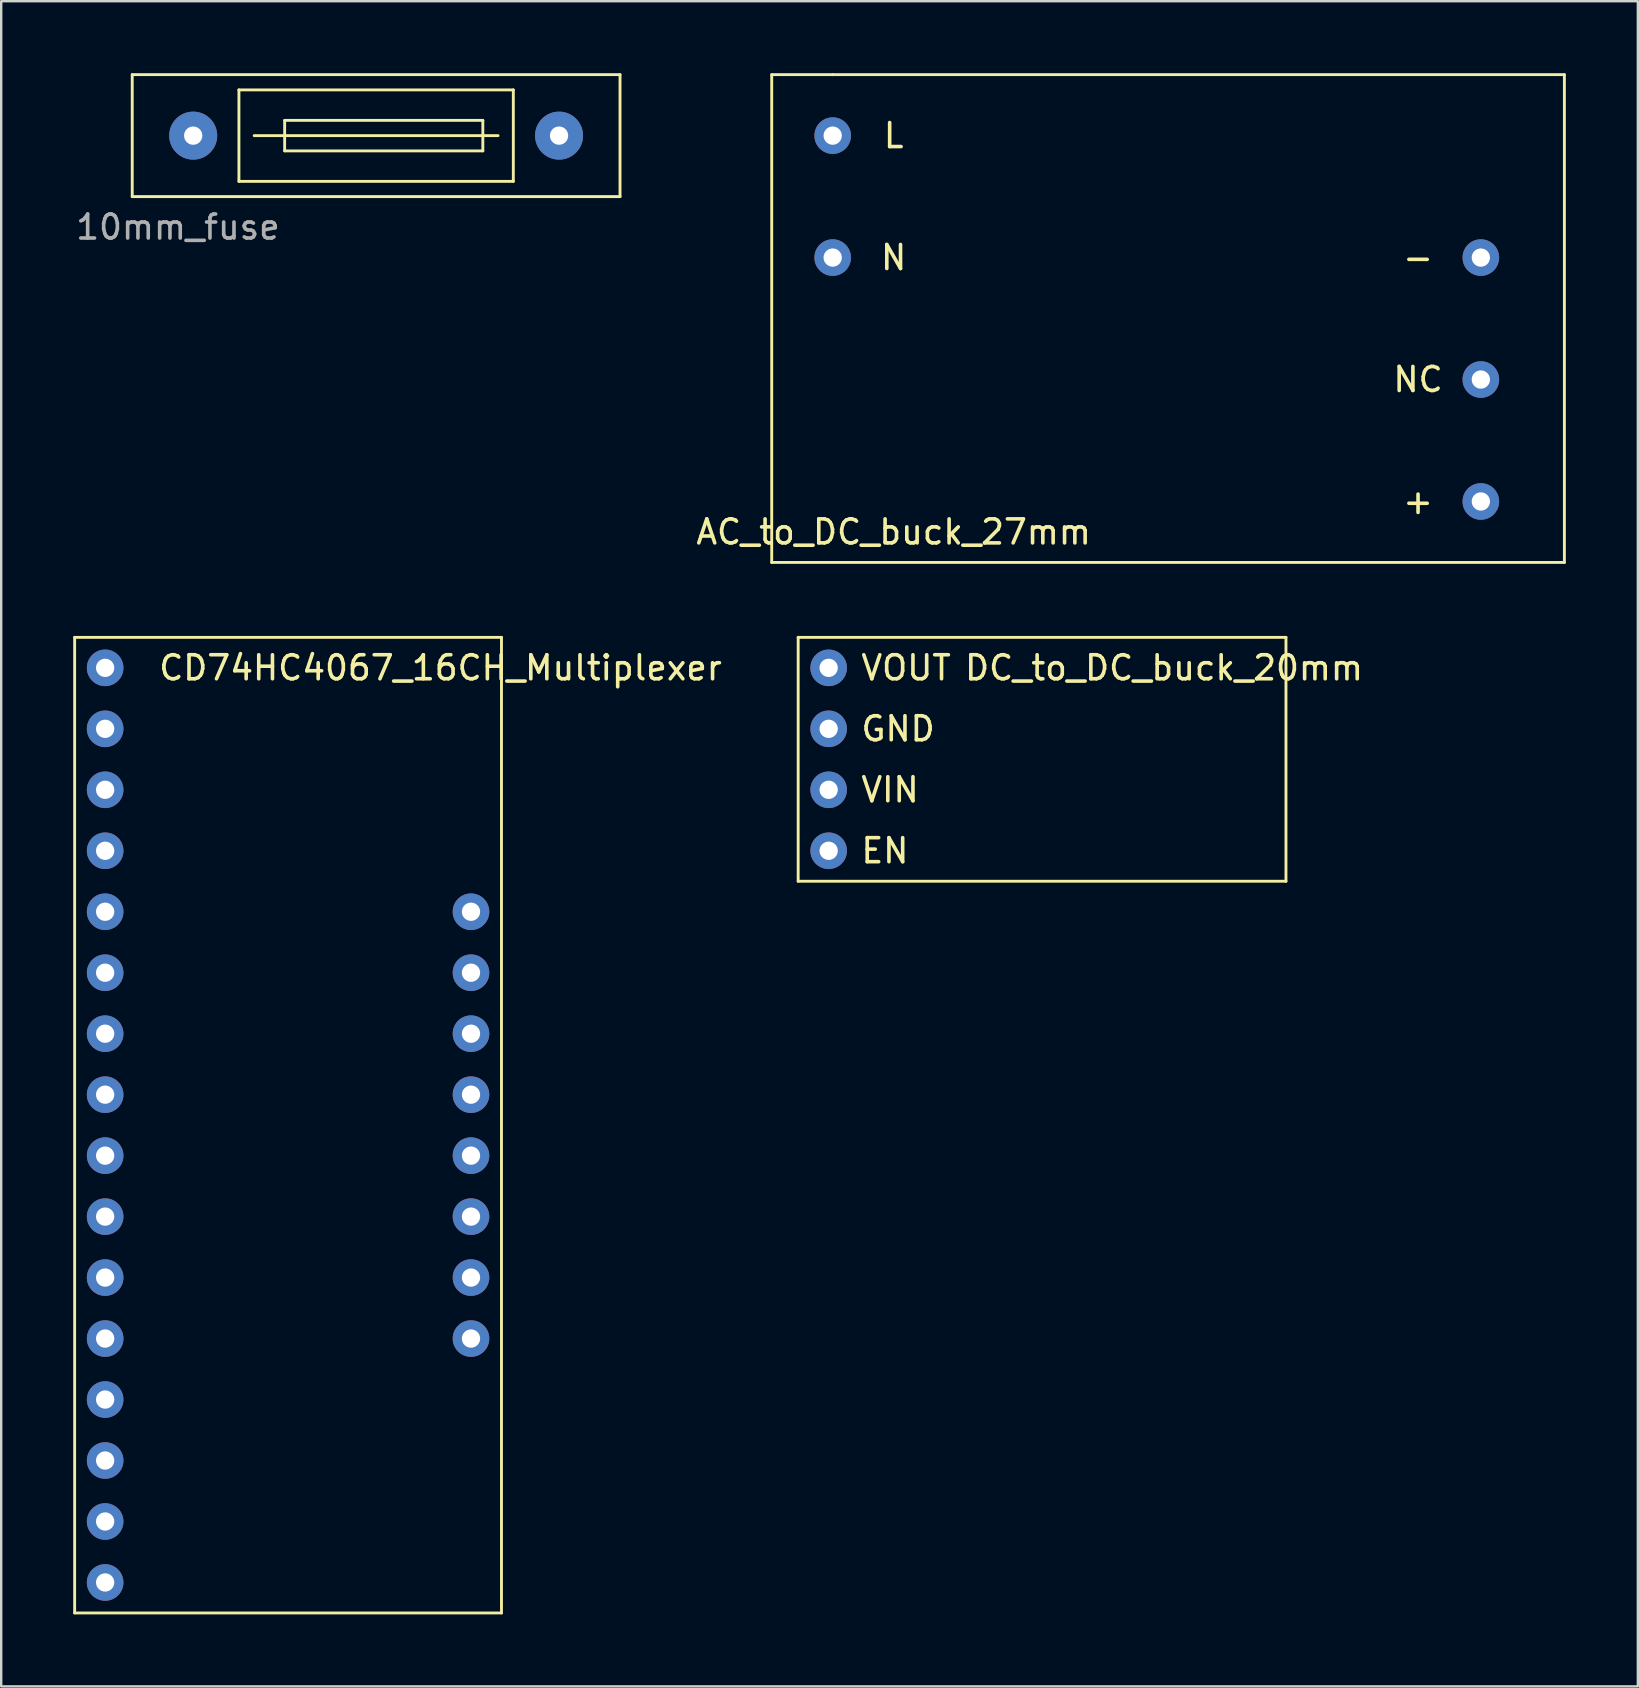
<source format=kicad_pcb>
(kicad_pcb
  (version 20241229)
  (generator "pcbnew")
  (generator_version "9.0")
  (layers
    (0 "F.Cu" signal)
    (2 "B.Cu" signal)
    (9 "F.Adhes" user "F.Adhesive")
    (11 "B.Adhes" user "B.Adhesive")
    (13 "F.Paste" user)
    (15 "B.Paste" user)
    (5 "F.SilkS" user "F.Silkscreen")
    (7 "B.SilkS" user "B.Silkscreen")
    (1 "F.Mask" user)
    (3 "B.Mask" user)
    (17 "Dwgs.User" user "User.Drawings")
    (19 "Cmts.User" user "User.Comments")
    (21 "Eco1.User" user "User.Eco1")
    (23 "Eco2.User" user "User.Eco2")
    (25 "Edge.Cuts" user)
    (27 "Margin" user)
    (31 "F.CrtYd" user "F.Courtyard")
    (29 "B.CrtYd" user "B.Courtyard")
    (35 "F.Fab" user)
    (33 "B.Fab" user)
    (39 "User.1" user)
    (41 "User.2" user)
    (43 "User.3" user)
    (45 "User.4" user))
  (footprint "10mm_fuse"
    (layer "F.Cu")
    (at 4.998 2.6)
    (property "Reference" "10mm_fuse" (at -0.635 3.81 0) (layer "F.Fab") (effects (font (size 1 1) (thickness 0.15))))
    (attr through_hole)
    (fp_line (start -2.54 -2.54) (end -2.54 2.54) (stroke (width 0.12) (type solid)) (layer "F.SilkS"))
    (fp_line (start -2.54 2.54) (end 17.78 2.54) (stroke (width 0.12) (type solid)) (layer "F.SilkS"))
    (fp_line (start 1.905 -1.905) (end 13.335 -1.905) (stroke (width 0.12) (type solid)) (layer "F.SilkS"))
    (fp_line (start 1.905 1.905) (end 1.905 -1.905) (stroke (width 0.12) (type solid)) (layer "F.SilkS"))
    (fp_line (start 2.54 0) (end 12.7 0) (stroke (width 0.12) (type solid)) (layer "F.SilkS"))
    (fp_line (start 3.81 -0.635) (end 3.81 0.635) (stroke (width 0.12) (type solid)) (layer "F.SilkS"))
    (fp_line (start 3.81 0.635) (end 12.065 0.635) (stroke (width 0.12) (type solid)) (layer "F.SilkS"))
    (fp_line (start 12.065 -0.635) (end 3.81 -0.635) (stroke (width 0.12) (type solid)) (layer "F.SilkS"))
    (fp_line (start 12.065 0.635) (end 12.065 -0.635) (stroke (width 0.12) (type solid)) (layer "F.SilkS"))
    (fp_line (start 13.335 -1.905) (end 13.335 1.905) (stroke (width 0.12) (type solid)) (layer "F.SilkS"))
    (fp_line (start 13.335 1.905) (end 1.905 1.905) (stroke (width 0.12) (type solid)) (layer "F.SilkS"))
    (fp_line (start 17.78 -2.54) (end -2.54 -2.54) (stroke (width 0.12) (type solid)) (layer "F.SilkS"))
    (fp_line (start 17.78 2.54) (end 17.78 -2.54) (stroke (width 0.12) (type solid)) (layer "F.SilkS"))
    (pad "1" thru_hole circle (at 0 0) (size 2 2) (drill 0.762) (layers "*.Cu" "*.Mask"))
    (pad "2" thru_hole circle (at 15.24 0) (size 2 2) (drill 0.762) (layers "*.Cu" "*.Mask")))
  (footprint "CD74HC4067_16CH_Multiplexer"
    (layer "F.Cu")
    (at 1.33 24.77)
    (property "Reference" "CD74HC4067_16CH_Multiplexer" (at 13.97 0 0) (layer "F.SilkS") (effects (font (size 1 1) (thickness 0.15))))
    (attr through_hole)
    (fp_line (start -1.27 -1.27) (end 16.51 -1.27) (stroke (width 0.12) (type solid)) (layer "F.SilkS"))
    (fp_line (start -1.27 39.37) (end -1.27 -1.27) (stroke (width 0.12) (type solid)) (layer "F.SilkS"))
    (fp_line (start 16.51 -1.27) (end 16.51 39.37) (stroke (width 0.12) (type solid)) (layer "F.SilkS"))
    (fp_line (start 16.51 39.37) (end -1.27 39.37) (stroke (width 0.12) (type solid)) (layer "F.SilkS"))
    (pad "1" thru_hole circle (at 0 0) (size 1.524 1.524) (drill 0.762) (layers "*.Cu" "*.Mask"))
    (pad "2" thru_hole circle (at 0 2.54) (size 1.524 1.524) (drill 0.762) (layers "*.Cu" "*.Mask"))
    (pad "3" thru_hole circle (at 0 5.08) (size 1.524 1.524) (drill 0.762) (layers "*.Cu" "*.Mask"))
    (pad "4" thru_hole circle (at 0 7.62) (size 1.524 1.524) (drill 0.762) (layers "*.Cu" "*.Mask"))
    (pad "5" thru_hole circle (at 0 10.16) (size 1.524 1.524) (drill 0.762) (layers "*.Cu" "*.Mask"))
    (pad "6" thru_hole circle (at 0 12.7) (size 1.524 1.524) (drill 0.762) (layers "*.Cu" "*.Mask"))
    (pad "7" thru_hole circle (at 0 15.24) (size 1.524 1.524) (drill 0.762) (layers "*.Cu" "*.Mask"))
    (pad "8" thru_hole circle (at 0 17.78) (size 1.524 1.524) (drill 0.762) (layers "*.Cu" "*.Mask"))
    (pad "9" thru_hole circle (at 0 20.32) (size 1.524 1.524) (drill 0.762) (layers "*.Cu" "*.Mask"))
    (pad "10" thru_hole circle (at 0 22.86) (size 1.524 1.524) (drill 0.762) (layers "*.Cu" "*.Mask"))
    (pad "11" thru_hole circle (at 0 25.4) (size 1.524 1.524) (drill 0.762) (layers "*.Cu" "*.Mask"))
    (pad "12" thru_hole circle (at 0 27.94) (size 1.524 1.524) (drill 0.762) (layers "*.Cu" "*.Mask"))
    (pad "13" thru_hole circle (at 0 30.48) (size 1.524 1.524) (drill 0.762) (layers "*.Cu" "*.Mask"))
    (pad "14" thru_hole circle (at 0 33.02) (size 1.524 1.524) (drill 0.762) (layers "*.Cu" "*.Mask"))
    (pad "15" thru_hole circle (at 0 35.56) (size 1.524 1.524) (drill 0.762) (layers "*.Cu" "*.Mask"))
    (pad "16" thru_hole circle (at 0 38.1) (size 1.524 1.524) (drill 0.762) (layers "*.Cu" "*.Mask"))
    (pad "17" thru_hole circle (at 15.24 27.94) (size 1.524 1.524) (drill 0.762) (layers "*.Cu" "*.Mask"))
    (pad "18" thru_hole circle (at 15.24 25.4) (size 1.524 1.524) (drill 0.762) (layers "*.Cu" "*.Mask"))
    (pad "19" thru_hole circle (at 15.24 22.86) (size 1.524 1.524) (drill 0.762) (layers "*.Cu" "*.Mask"))
    (pad "20" thru_hole circle (at 15.24 20.32) (size 1.524 1.524) (drill 0.762) (layers "*.Cu" "*.Mask"))
    (pad "21" thru_hole circle (at 15.24 17.78) (size 1.524 1.524) (drill 0.762) (layers "*.Cu" "*.Mask"))
    (pad "22" thru_hole circle (at 15.24 15.24) (size 1.524 1.524) (drill 0.762) (layers "*.Cu" "*.Mask"))
    (pad "23" thru_hole circle (at 15.24 12.7) (size 1.524 1.524) (drill 0.762) (layers "*.Cu" "*.Mask"))
    (pad "24" thru_hole circle (at 15.24 10.16) (size 1.524 1.524) (drill 0.762) (layers "*.Cu" "*.Mask")))
  (footprint "AC_to_DC_buck_27mm"
    (layer "F.Cu")
    (at 31.637 2.6)
    (property "Reference" "AC_to_DC_buck_27mm" (at 2.54 16.51 0) (layer "F.SilkS") (effects (font (size 1 1) (thickness 0.15))))
    (attr through_hole)
    (fp_line (start -2.54 -2.54) (end -2.54 17.78) (stroke (width 0.12) (type solid)) (layer "F.SilkS"))
    (fp_line (start -2.54 17.78) (end 30.48 17.78) (stroke (width 0.12) (type solid)) (layer "F.SilkS"))
    (fp_line (start 0 -2.54) (end -2.54 -2.54) (stroke (width 0.12) (type solid)) (layer "F.SilkS"))
    (fp_line (start 30.48 -2.54) (end 0 -2.54) (stroke (width 0.12) (type solid)) (layer "F.SilkS"))
    (fp_line (start 30.48 17.78) (end 30.48 -2.54) (stroke (width 0.12) (type solid)) (layer "F.SilkS"))
    (fp_text user "N" (at 2.54 5.08 0) (layer "F.SilkS") (effects (font (size 1 1) (thickness 0.15))))
    (fp_text user "L" (at 2.54 0 0) (layer "F.SilkS") (effects (font (size 1 1) (thickness 0.15))))
    (fp_text user "-" (at 24.384 5.08 0) (layer "F.SilkS") (effects (font (size 1 1) (thickness 0.15))))
    (fp_text user "+" (at 24.384 15.24 0) (layer "F.SilkS") (effects (font (size 1 1) (thickness 0.15))))
    (fp_text user "NC" (at 24.384 10.16 0) (layer "F.SilkS") (effects (font (size 1 1) (thickness 0.15))))
    (pad "1" thru_hole circle (at 0 0) (size 1.524 1.524) (drill 0.762) (layers "*.Cu" "*.Mask"))
    (pad "2" thru_hole circle (at 0 5.08) (size 1.524 1.524) (drill 0.762) (layers "*.Cu" "*.Mask"))
    (pad "3" thru_hole circle (at 27 15.24) (size 1.524 1.524) (drill 0.762) (layers "*.Cu" "*.Mask"))
    (pad "4" thru_hole circle (at 27 10.16) (size 1.524 1.524) (drill 0.762) (layers "*.Cu" "*.Mask"))
    (pad "5" thru_hole circle (at 27 5.08) (size 1.524 1.524) (drill 0.762) (layers "*.Cu" "*.Mask")))
  (footprint "DC_to_DC_buck_20mm"
    (layer "F.Cu")
    (at 31.469 24.77)
    (property "Reference" "DC_to_DC_buck_20mm" (at 13.97 0 0) (layer "F.SilkS") (effects (font (size 1 1) (thickness 0.15))))
    (attr through_hole)
    (fp_line (start -1.27 -1.27) (end -1.27 8.89) (stroke (width 0.12) (type solid)) (layer "F.SilkS"))
    (fp_line (start -1.27 8.89) (end 19.05 8.89) (stroke (width 0.12) (type solid)) (layer "F.SilkS"))
    (fp_line (start 19.05 -1.27) (end -1.27 -1.27) (stroke (width 0.12) (type solid)) (layer "F.SilkS"))
    (fp_line (start 19.05 8.89) (end 19.05 -1.27) (stroke (width 0.12) (type solid)) (layer "F.SilkS"))
    (fp_text user "VIN" (at 1.27 5.08 0) (layer "F.SilkS") (effects (font (size 1 1) (thickness 0.15)) (justify left)))
    (fp_text user "VOUT" (at 1.27 0 0) (layer "F.SilkS") (effects (font (size 1 1) (thickness 0.15)) (justify left)))
    (fp_text user "EN" (at 1.27 7.62 0) (layer "F.SilkS") (effects (font (size 1 1) (thickness 0.15)) (justify left)))
    (fp_text user "GND" (at 1.27 2.54 0) (layer "F.SilkS") (effects (font (size 1 1) (thickness 0.15)) (justify left)))
    (pad "1" thru_hole circle (at 0 0) (size 1.524 1.524) (drill 0.762) (layers "*.Cu" "*.Mask"))
    (pad "2" thru_hole circle (at 0 2.54) (size 1.524 1.524) (drill 0.762) (layers "*.Cu" "*.Mask"))
    (pad "3" thru_hole circle (at 0 5.08) (size 1.524 1.524) (drill 0.762) (layers "*.Cu" "*.Mask"))
    (pad "4" thru_hole circle (at 0 7.62) (size 1.524 1.524) (drill 0.762) (layers "*.Cu" "*.Mask")))
  (gr_rect
    (start -3 -3)
    (end 65.177 67.2)
    (stroke (width 0.1) (type default))
    (fill no)
    (layer "Edge.Cuts")))
</source>
